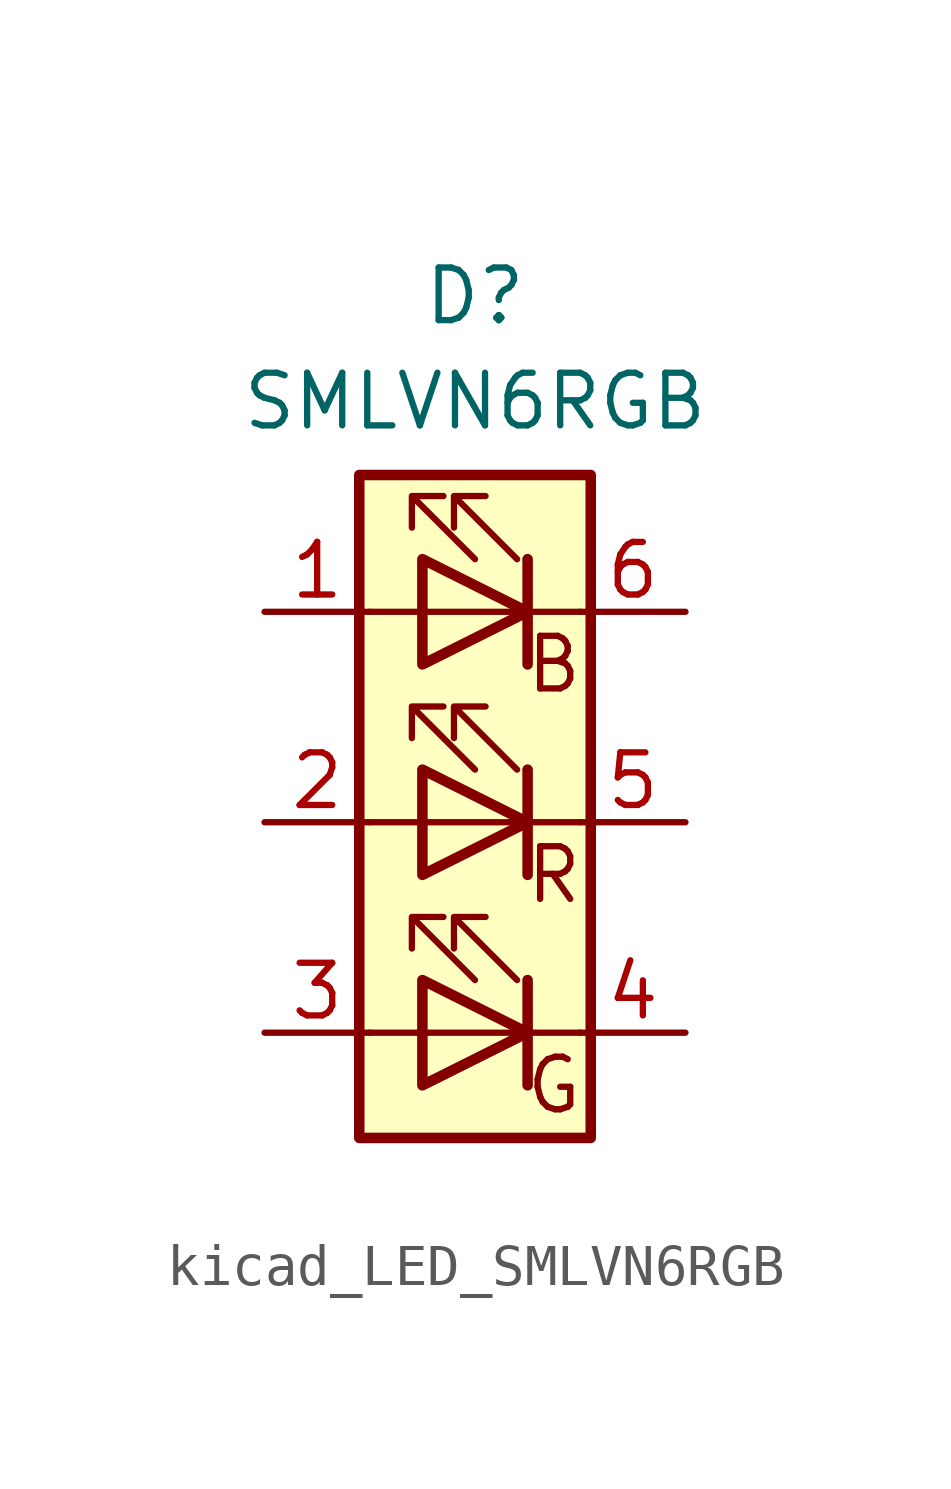
<source format=kicad_sym>
(kicad_symbol_lib
  (version 20220914)
  (generator kicad_symbol_editor)
  (symbol "kicad_LED_SMLVN6RGB"
    (pin_names
      (offset 0) hide)
    (property "Reference" "D"
      (at 0 12.7 0)
      (effects (font (size 1.27 1.27))))
    (property "Value" "SMLVN6RGB"
      (at 0 10.16 0)
      (effects (font (size 1.27 1.27))))
    (symbol "kicad_LED_SMLVN6RGB_0_0"
      (text "B" (at 1.905 3.81 0) (effects (font (size 1.27 1.27))))
      (text "G" (at 1.905 -6.35 0) (effects (font (size 1.27 1.27))))
      (text "R" (at 1.905 -1.27 0) (effects (font (size 1.27 1.27)))))
    (symbol "kicad_LED_SMLVN6RGB_0_1"
      (rectangle (start -2.794 8.382) (end 2.794 -7.62) (stroke (width 0.254) (type default)) (fill (type background)))
      (rectangle (start -1.27 -1.27) (end -1.27 1.27) (stroke (width 0) (type default)) (fill (type none)))
      (rectangle (start -1.27 1.27) (end -1.27 1.27) (stroke (width 0) (type default)) (fill (type none)))
      (rectangle (start -1.27 3.81) (end -1.27 6.35) (stroke (width 0) (type default)) (fill (type none)))
      (rectangle (start -1.27 6.35) (end -1.27 6.35) (stroke (width 0) (type default)) (fill (type none)))
      (polyline (pts (xy -1.27 -5.08) (xy -2.54 -5.08)) (stroke (width 0) (type default)) (fill (type none)))
      (polyline (pts (xy -1.27 0) (xy -2.54 0)) (stroke (width 0) (type default)) (fill (type none)))
      (polyline (pts (xy -1.27 0) (xy 1.27 0)) (stroke (width 0) (type default)) (fill (type none)))
      (polyline (pts (xy -1.27 5.08) (xy -2.54 5.08)) (stroke (width 0) (type default)) (fill (type none)))
      (polyline (pts (xy 1.27 -5.08) (xy -1.27 -5.08)) (stroke (width 0) (type default)) (fill (type none)))
      (polyline (pts (xy 1.27 -5.08) (xy 2.54 -5.08)) (stroke (width 0) (type default)) (fill (type none)))
      (polyline (pts (xy 1.27 -3.81) (xy 1.27 -6.35)) (stroke (width 0.254) (type default)) (fill (type none)))
      (polyline (pts (xy 1.27 0) (xy 2.54 0)) (stroke (width 0) (type default)) (fill (type none)))
      (polyline (pts (xy 1.27 1.27) (xy 1.27 -1.27)) (stroke (width 0.254) (type default)) (fill (type none)))
      (polyline (pts (xy 1.27 5.08) (xy -1.27 5.08)) (stroke (width 0) (type default)) (fill (type none)))
      (polyline (pts (xy 1.27 5.08) (xy 2.54 5.08)) (stroke (width 0) (type default)) (fill (type none)))
      (polyline (pts (xy 1.27 6.35) (xy 1.27 3.81)) (stroke (width 0.254) (type default)) (fill (type none)))
      (polyline (pts (xy 1.27 1.27) (xy 1.27 -1.27) (xy 1.27 -1.27)) (stroke (width 0) (type default)) (fill (type none)))
      (polyline (pts (xy 1.27 6.35) (xy 1.27 3.81) (xy 1.27 3.81)) (stroke (width 0) (type default)) (fill (type none)))
      (polyline (pts (xy -1.27 -3.81) (xy -1.27 -6.35) (xy 1.27 -5.08) (xy -1.27 -3.81)) (stroke (width 0.254) (type default)) (fill (type none)))
      (polyline (pts (xy -1.27 1.27) (xy -1.27 -1.27) (xy 1.27 0) (xy -1.27 1.27)) (stroke (width 0.254) (type default)) (fill (type none)))
      (polyline (pts (xy -1.27 6.35) (xy -1.27 3.81) (xy 1.27 5.08) (xy -1.27 6.35)) (stroke (width 0.254) (type default)) (fill (type none)))
      (polyline (pts (xy 0 -3.81) (xy -1.524 -2.286) (xy -0.762 -2.286) (xy -1.524 -2.286) (xy -1.524 -3.048)) (stroke (width 0) (type default)) (fill (type none)))
      (polyline (pts (xy 0 1.27) (xy -1.524 2.794) (xy -0.762 2.794) (xy -1.524 2.794) (xy -1.524 2.032)) (stroke (width 0) (type default)) (fill (type none)))
      (polyline (pts (xy 0 6.35) (xy -1.524 7.874) (xy -0.762 7.874) (xy -1.524 7.874) (xy -1.524 7.112)) (stroke (width 0) (type default)) (fill (type none)))
      (polyline (pts (xy 1.016 -3.81) (xy -0.508 -2.286) (xy 0.254 -2.286) (xy -0.508 -2.286) (xy -0.508 -3.048)) (stroke (width 0) (type default)) (fill (type none)))
      (polyline (pts (xy 1.016 1.27) (xy -0.508 2.794) (xy 0.254 2.794) (xy -0.508 2.794) (xy -0.508 2.032)) (stroke (width 0) (type default)) (fill (type none)))
      (polyline (pts (xy 1.016 6.35) (xy -0.508 7.874) (xy 0.254 7.874) (xy -0.508 7.874) (xy -0.508 7.112)) (stroke (width 0) (type default)) (fill (type none))))
    (symbol "kicad_LED_SMLVN6RGB_1_1"
      (pin passive line (at -5.08 5.08 0) (length 2.54) (name "BA" (effects (font (size 1.27 1.27)))) (number "1" (effects (font (size 1.27 1.27)))))
      (pin passive line (at -5.08 0 0) (length 2.54) (name "RA" (effects (font (size 1.27 1.27)))) (number "2" (effects (font (size 1.27 1.27)))))
      (pin passive line (at -5.08 -5.08 0) (length 2.54) (name "GA" (effects (font (size 1.27 1.27)))) (number "3" (effects (font (size 1.27 1.27)))))
      (pin passive line (at 5.08 -5.08 180) (length 2.54) (name "GK" (effects (font (size 1.27 1.27)))) (number "4" (effects (font (size 1.27 1.27)))))
      (pin passive line (at 5.08 0 180) (length 2.54) (name "RK" (effects (font (size 1.27 1.27)))) (number "5" (effects (font (size 1.27 1.27)))))
      (pin passive line (at 5.08 5.08 180) (length 2.54) (name "BK" (effects (font (size 1.27 1.27)))) (number "6" (effects (font (size 1.27 1.27))))))))
</source>
